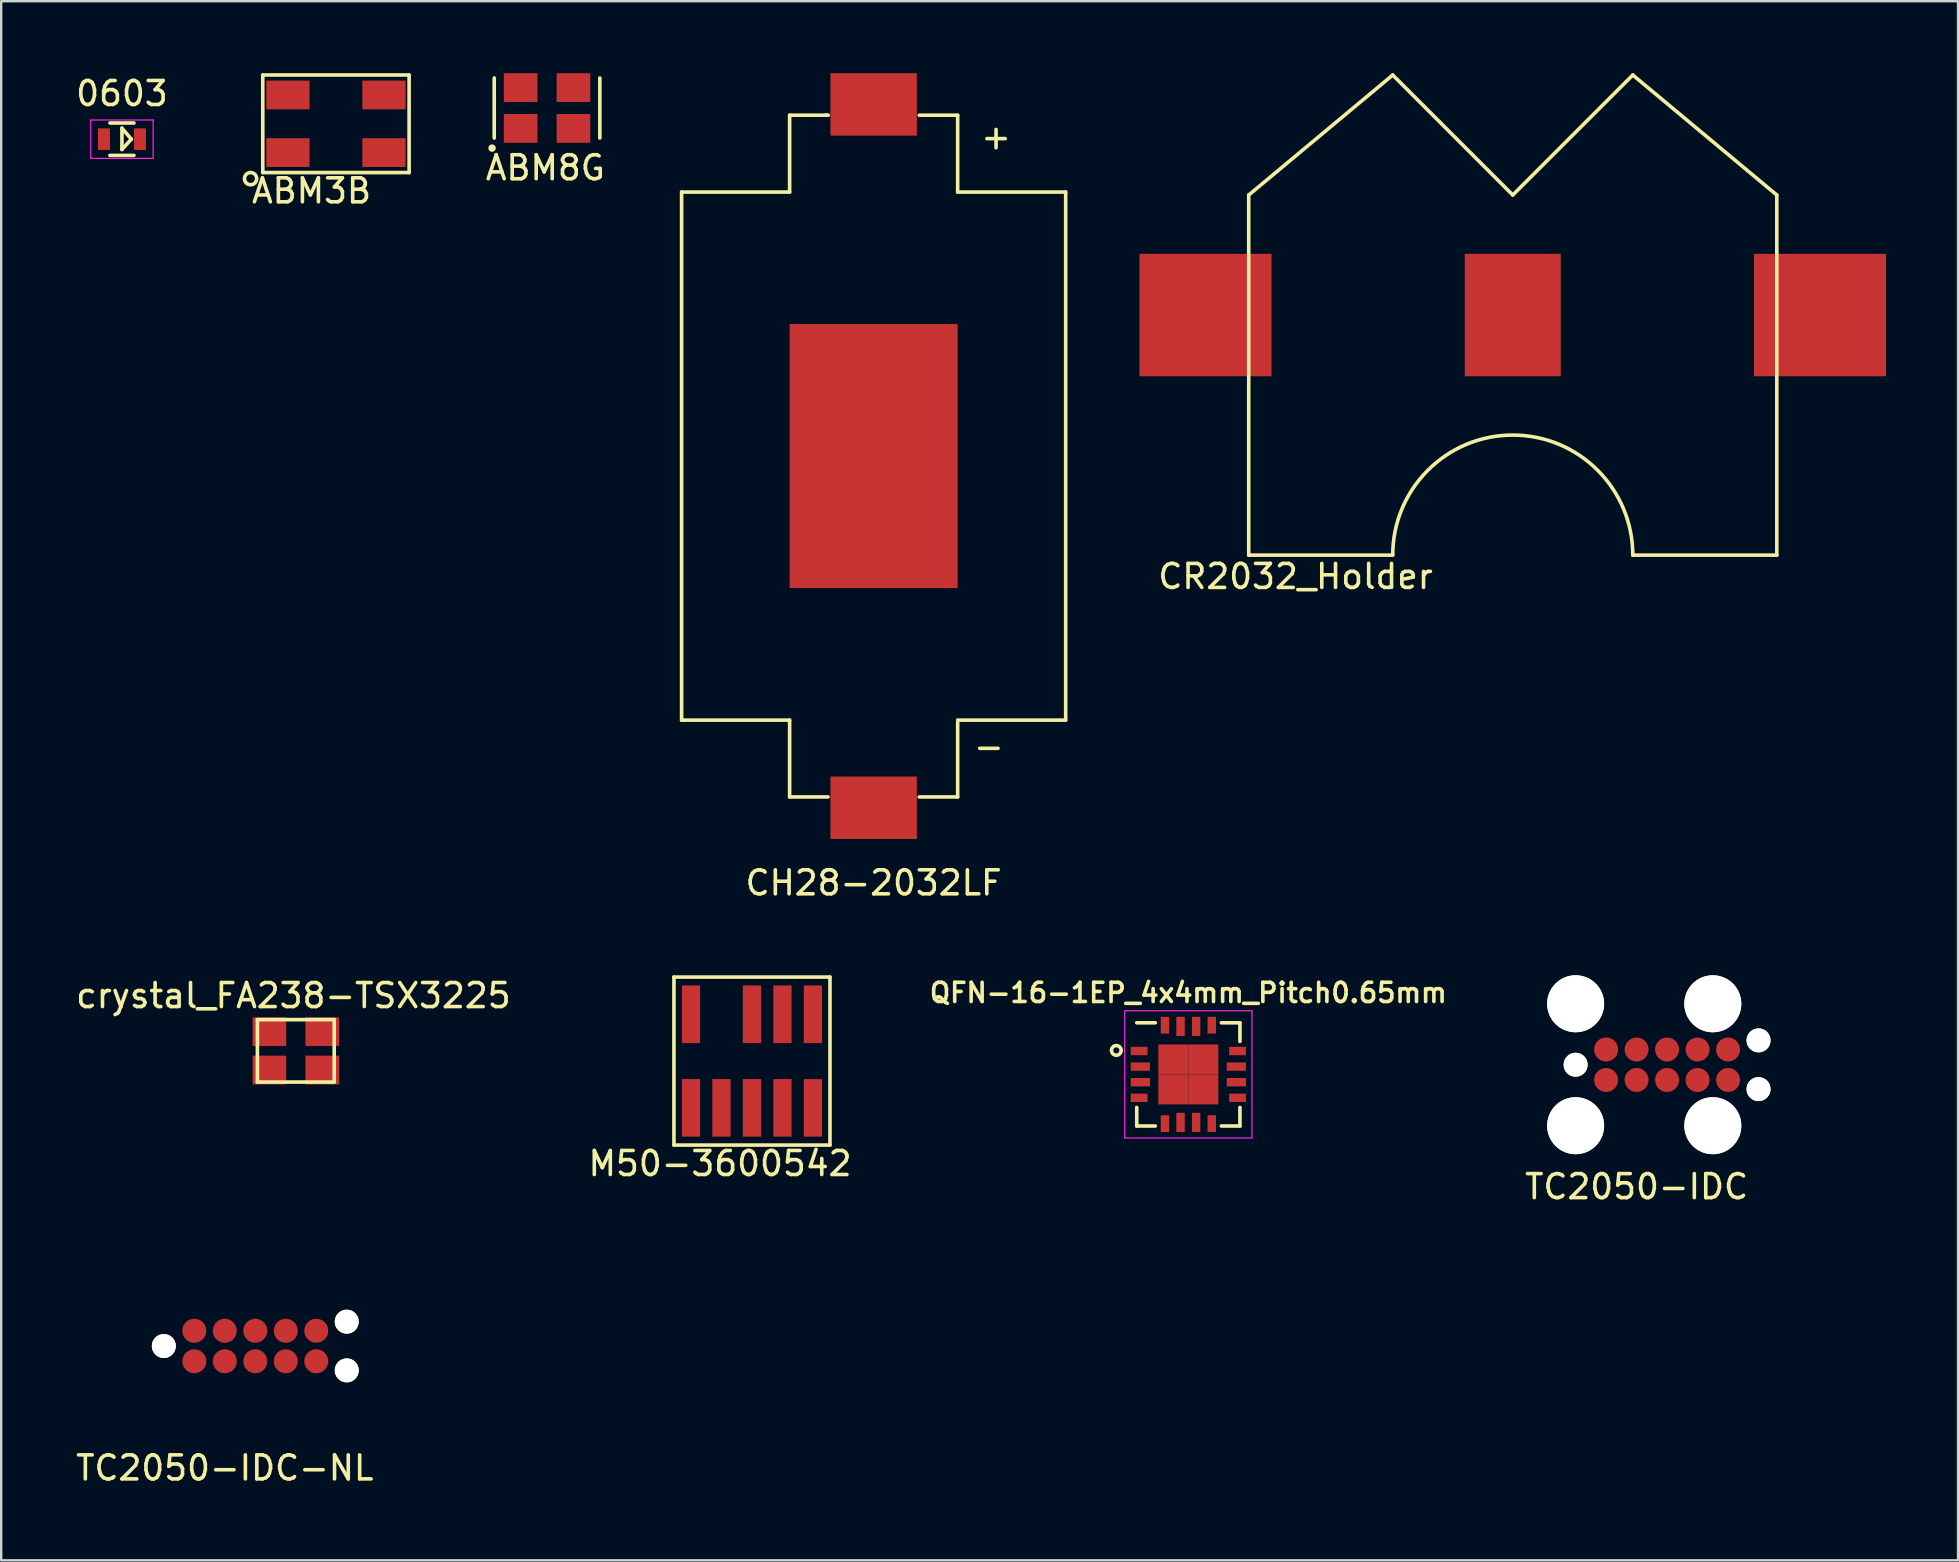
<source format=kicad_pcb>
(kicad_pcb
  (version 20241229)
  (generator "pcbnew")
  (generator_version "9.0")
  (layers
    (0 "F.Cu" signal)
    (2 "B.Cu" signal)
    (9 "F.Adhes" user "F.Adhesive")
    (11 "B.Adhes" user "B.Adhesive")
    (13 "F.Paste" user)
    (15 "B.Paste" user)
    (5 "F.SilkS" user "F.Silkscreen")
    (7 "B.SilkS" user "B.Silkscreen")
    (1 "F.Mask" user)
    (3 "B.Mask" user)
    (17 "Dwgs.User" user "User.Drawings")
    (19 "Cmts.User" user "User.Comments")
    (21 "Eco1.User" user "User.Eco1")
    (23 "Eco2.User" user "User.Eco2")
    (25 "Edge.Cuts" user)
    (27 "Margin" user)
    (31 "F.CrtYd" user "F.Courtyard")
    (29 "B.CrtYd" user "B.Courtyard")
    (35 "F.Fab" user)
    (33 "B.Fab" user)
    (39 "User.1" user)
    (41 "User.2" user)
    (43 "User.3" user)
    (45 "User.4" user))
  (footprint "TC2050-IDC"
    (layer "F.Cu")
    (at 62.589 38.766)
    (property "Reference" "TC2050-IDC" (at 2.54 7.62 0) (layer "F.SilkS") (effects (font (size 1 1) (thickness 0.15))))
    (attr through_hole)
    (pad "" np_thru_hole circle (at 0 0) (size 2.375 2.375) (drill 2.375) (layers "*.Cu" "*.Mask" "F.SilkS"))
    (pad "" np_thru_hole circle (at 0 2.54) (size 1 1) (drill 1) (layers "*.Cu" "*.Mask" "F.SilkS"))
    (pad "" np_thru_hole circle (at 0 5.08) (size 2.375 2.375) (drill 2.375) (layers "*.Cu" "*.Mask" "F.SilkS"))
    (pad "" np_thru_hole circle (at 5.715 0) (size 2.375 2.375) (drill 2.375) (layers "*.Cu" "*.Mask" "F.SilkS"))
    (pad "" np_thru_hole circle (at 5.715 5.08) (size 2.375 2.375) (drill 2.375) (layers "*.Cu" "*.Mask" "F.SilkS"))
    (pad "" np_thru_hole circle (at 7.62 1.525) (size 1 1) (drill 1) (layers "*.Cu" "*.Mask" "F.SilkS"))
    (pad "" np_thru_hole circle (at 7.62 3.555) (size 1 1) (drill 1) (layers "*.Cu" "*.Mask" "F.SilkS"))
    (pad "8" smd circle (at 1.27 1.905) (size 1 1) (layers "F.Cu" "F.Mask" "F.Paste"))
    (pad "9" smd circle (at 1.27 3.175) (size 1 1) (layers "F.Cu" "F.Mask" "F.Paste"))
    (pad "10" smd circle (at 2.54 3.175) (size 1 1) (layers "F.Cu" "F.Mask" "F.Paste"))
    (pad "11" smd circle (at 3.81 3.175) (size 1 1) (layers "F.Cu" "F.Mask" "F.Paste"))
    (pad "12" smd circle (at 5.08 3.175) (size 1 1) (layers "F.Cu" "F.Mask" "F.Paste"))
    (pad "13" smd circle (at 6.35 3.175) (size 1 1) (layers "F.Cu" "F.Mask" "F.Paste"))
    (pad "14" smd circle (at 6.35 1.905) (size 1 1) (layers "F.Cu" "F.Mask" "F.Paste"))
    (pad "15" smd circle (at 5.08 1.905) (size 1 1) (layers "F.Cu" "F.Mask" "F.Paste"))
    (pad "16" smd circle (at 3.81 1.905) (size 1 1) (layers "F.Cu" "F.Mask" "F.Paste"))
    (pad "17" smd circle (at 2.54 1.905) (size 1 1) (layers "F.Cu" "F.Mask" "F.Paste")))
  (footprint "QFN-16-1EP_4x4mm_Pitch0.65mm"
    (layer "F.Cu")
    (at 46.455 41.709)
    (property "Reference" "QFN-16-1EP_4x4mm_Pitch0.65mm" (at 0 -3.4 0) (layer "F.SilkS") (effects (font (size 0.8 0.8) (thickness 0.15))))
    (attr smd)
    (fp_line (start -2.15 -2.15) (end -1.375 -2.15) (stroke (width 0.15) (type solid)) (layer "F.SilkS"))
    (fp_line (start -2.15 2.15) (end -2.15 1.375) (stroke (width 0.15) (type solid)) (layer "F.SilkS"))
    (fp_line (start -2.15 2.15) (end -1.375 2.15) (stroke (width 0.15) (type solid)) (layer "F.SilkS"))
    (fp_line (start 2.15 -2.15) (end 1.375 -2.15) (stroke (width 0.15) (type solid)) (layer "F.SilkS"))
    (fp_line (start 2.15 -2.15) (end 2.15 -1.375) (stroke (width 0.15) (type solid)) (layer "F.SilkS"))
    (fp_line (start 2.15 2.15) (end 1.375 2.15) (stroke (width 0.15) (type solid)) (layer "F.SilkS"))
    (fp_line (start 2.15 2.15) (end 2.15 1.375) (stroke (width 0.15) (type solid)) (layer "F.SilkS"))
    (fp_circle (center -3 -1) (end -3.02 -1.2) (stroke (width 0.15) (type solid)) (fill no) (layer "F.SilkS"))
    (fp_line (start -2.65 -2.65) (end -2.65 2.65) (stroke (width 0.05) (type solid)) (layer "F.CrtYd"))
    (fp_line (start -2.65 -2.65) (end 2.65 -2.65) (stroke (width 0.05) (type solid)) (layer "F.CrtYd"))
    (fp_line (start -2.65 2.65) (end 2.65 2.65) (stroke (width 0.05) (type solid)) (layer "F.CrtYd"))
    (fp_line (start 2.65 -2.65) (end 2.65 2.65) (stroke (width 0.05) (type solid)) (layer "F.CrtYd"))
    (pad "1" smd rect (at -2.05 -0.975) (size 0.7 0.35) (layers "F.Cu" "F.Mask" "F.Paste"))
    (pad "2" smd rect (at -2 -0.325) (size 0.8 0.35) (layers "F.Cu" "F.Mask" "F.Paste"))
    (pad "3" smd rect (at -2 0.325) (size 0.8 0.35) (layers "F.Cu" "F.Mask" "F.Paste"))
    (pad "4" smd rect (at -2.05 0.975) (size 0.7 0.35) (layers "F.Cu" "F.Mask" "F.Paste"))
    (pad "5" smd rect (at -0.975 2.05 90) (size 0.7 0.35) (layers "F.Cu" "F.Mask" "F.Paste"))
    (pad "6" smd rect (at -0.325 2 90) (size 0.8 0.35) (layers "F.Cu" "F.Mask" "F.Paste"))
    (pad "7" smd rect (at 0.325 2 90) (size 0.8 0.35) (layers "F.Cu" "F.Mask" "F.Paste"))
    (pad "8" smd rect (at 0.975 2.05 90) (size 0.7 0.35) (layers "F.Cu" "F.Mask" "F.Paste"))
    (pad "9" smd rect (at 2.05 0.975) (size 0.7 0.35) (layers "F.Cu" "F.Mask" "F.Paste"))
    (pad "10" smd rect (at 2 0.325) (size 0.8 0.35) (layers "F.Cu" "F.Mask" "F.Paste"))
    (pad "11" smd rect (at 2 -0.325) (size 0.8 0.35) (layers "F.Cu" "F.Mask" "F.Paste"))
    (pad "12" smd rect (at 2.05 -0.975) (size 0.7 0.35) (layers "F.Cu" "F.Mask" "F.Paste"))
    (pad "13" smd rect (at 0.975 -2.05 90) (size 0.7 0.35) (layers "F.Cu" "F.Mask" "F.Paste"))
    (pad "14" smd rect (at 0.325 -2 90) (size 0.8 0.35) (layers "F.Cu" "F.Mask" "F.Paste"))
    (pad "15" smd rect (at -0.325 -2 90) (size 0.8 0.35) (layers "F.Cu" "F.Mask" "F.Paste"))
    (pad "16" smd rect (at -0.975 -2.05 90) (size 0.7 0.35) (layers "F.Cu" "F.Mask" "F.Paste"))
    (pad "17" smd rect (at -0.625 -0.625) (size 1.25 1.25) (layers "F.Cu" "F.Mask" "F.Paste"))
    (pad "17" smd rect (at -0.625 0.625) (size 1.25 1.25) (layers "F.Cu" "F.Mask" "F.Paste"))
    (pad "17" smd rect (at 0.625 -0.625) (size 1.25 1.25) (layers "F.Cu" "F.Mask" "F.Paste"))
    (pad "17" smd rect (at 0.625 0.625) (size 1.25 1.25) (layers "F.Cu" "F.Mask" "F.Paste")))
  (footprint "TC2050-IDC-NL"
    (layer "F.Cu")
    (at 3.775 50.484)
    (property "Reference" "TC2050-IDC-NL" (at 2.54 7.62 0) (layer "F.SilkS") (effects (font (size 1 1) (thickness 0.15))))
    (attr through_hole)
    (pad "" np_thru_hole circle (at 0 2.54) (size 1 1) (drill 1) (layers "*.Cu" "*.Mask" "F.SilkS"))
    (pad "" np_thru_hole circle (at 7.62 1.525) (size 1 1) (drill 1) (layers "*.Cu" "*.Mask" "F.SilkS"))
    (pad "" np_thru_hole circle (at 7.62 3.555) (size 1 1) (drill 1) (layers "*.Cu" "*.Mask" "F.SilkS"))
    (pad "1" smd circle (at 1.27 3.175) (size 1 1) (layers "F.Cu" "F.Mask" "F.Paste"))
    (pad "2" smd circle (at 2.54 3.175) (size 1 1) (layers "F.Cu" "F.Mask" "F.Paste"))
    (pad "3" smd circle (at 3.81 3.175) (size 1 1) (layers "F.Cu" "F.Mask" "F.Paste"))
    (pad "4" smd circle (at 5.08 3.175) (size 1 1) (layers "F.Cu" "F.Mask" "F.Paste"))
    (pad "5" smd circle (at 6.35 3.175) (size 1 1) (layers "F.Cu" "F.Mask" "F.Paste"))
    (pad "6" smd circle (at 6.35 1.905) (size 1 1) (layers "F.Cu" "F.Mask" "F.Paste"))
    (pad "7" smd circle (at 5.08 1.905) (size 1 1) (layers "F.Cu" "F.Mask" "F.Paste"))
    (pad "8" smd circle (at 3.81 1.905) (size 1 1) (layers "F.Cu" "F.Mask" "F.Paste"))
    (pad "9" smd circle (at 2.54 1.905) (size 1 1) (layers "F.Cu" "F.Mask" "F.Paste"))
    (pad "10" smd circle (at 1.27 1.905) (size 1 1) (layers "F.Cu" "F.Mask" "F.Paste")))
  (footprint "M50-3600542"
    (layer "F.Cu")
    (at 28.276 41.153)
    (property "Reference" "M50-3600542" (at -1.33 4.27 0) (layer "F.SilkS") (effects (font (size 1 1) (thickness 0.15))))
    (attr through_hole)
    (fp_line (start -3.25 -3.5) (end -3.25 3.5) (stroke (width 0.15) (type solid)) (layer "F.SilkS"))
    (fp_line (start -3.25 3.5) (end 3.25 3.5) (stroke (width 0.15) (type solid)) (layer "F.SilkS"))
    (fp_line (start 3.25 -3.5) (end -3.25 -3.5) (stroke (width 0.15) (type solid)) (layer "F.SilkS"))
    (fp_line (start 3.25 3.5) (end 3.25 -3.5) (stroke (width 0.15) (type solid)) (layer "F.SilkS"))
    (pad "1" smd rect (at 2.54 -1.95) (size 0.76 2.4) (layers "F.Cu" "F.Mask" "F.Paste"))
    (pad "2" smd rect (at 2.54 1.95) (size 0.76 2.4) (layers "F.Cu" "F.Mask" "F.Paste"))
    (pad "3" smd rect (at 1.27 -1.95) (size 0.76 2.4) (layers "F.Cu" "F.Mask" "F.Paste"))
    (pad "4" smd rect (at 1.27 1.95) (size 0.76 2.4) (layers "F.Cu" "F.Mask" "F.Paste"))
    (pad "5" smd rect (at 0 -1.95) (size 0.76 2.4) (layers "F.Cu" "F.Mask" "F.Paste"))
    (pad "6" smd rect (at 0 1.95) (size 0.76 2.4) (layers "F.Cu" "F.Mask" "F.Paste"))
    (pad "8" smd rect (at -1.27 1.95) (size 0.76 2.4) (layers "F.Cu" "F.Mask" "F.Paste"))
    (pad "9" smd rect (at -2.54 -1.95) (size 0.76 2.4) (layers "F.Cu" "F.Mask" "F.Paste"))
    (pad "10" smd rect (at -2.54 1.95) (size 0.76 2.4) (layers "F.Cu" "F.Mask" "F.Paste")))
  (footprint "ABM8G"
    (layer "F.Cu")
    (at 19.739 1.45)
    (property "Reference" "ABM8G" (at -0.07 2.49 0) (layer "F.SilkS") (effects (font (size 1 1) (thickness 0.15))))
    (attr through_hole)
    (fp_line (start -2.2 -1.25) (end -2.2 1.25) (stroke (width 0.15) (type solid)) (layer "F.SilkS"))
    (fp_line (start 2.2 -1.25) (end 2.2 1.25) (stroke (width 0.15) (type solid)) (layer "F.SilkS"))
    (fp_circle (center -2.29 1.67) (end -2.22 1.71) (stroke (width 0.15) (type solid)) (fill no) (layer "F.SilkS"))
    (pad "1" smd rect (at -1.1 0.85) (size 1.4 1.2) (layers "F.Cu" "F.Mask" "F.Paste"))
    (pad "2" smd rect (at 1.1 0.85) (size 1.4 1.2) (layers "F.Cu" "F.Mask" "F.Paste"))
    (pad "3" smd rect (at 1.1 -0.85) (size 1.4 1.2) (layers "F.Cu" "F.Mask" "F.Paste"))
    (pad "4" smd rect (at -1.1 -0.85) (size 1.4 1.2) (layers "F.Cu" "F.Mask" "F.Paste")))
  (footprint "CR2032_Holder"
    (layer "F.Cu")
    (at 59.97 10.075)
    (property "Reference" "CR2032_Holder" (at -9.05 10.89 0) (layer "F.SilkS") (effects (font (size 1 1) (thickness 0.15))))
    (attr through_hole)
    (fp_line (start -11 -5) (end -5 -10) (stroke (width 0.15) (type solid)) (layer "F.SilkS"))
    (fp_line (start -11 10) (end -11 -5) (stroke (width 0.15) (type solid)) (layer "F.SilkS"))
    (fp_line (start -5 10) (end -11 10) (stroke (width 0.15) (type solid)) (layer "F.SilkS"))
    (fp_line (start 0 -5) (end -5 -10) (stroke (width 0.15) (type solid)) (layer "F.SilkS"))
    (fp_line (start 0 -5) (end 5 -10) (stroke (width 0.15) (type solid)) (layer "F.SilkS"))
    (fp_line (start 5 -10) (end 11 -5) (stroke (width 0.15) (type solid)) (layer "F.SilkS"))
    (fp_line (start 11 -5) (end 11 10) (stroke (width 0.15) (type solid)) (layer "F.SilkS"))
    (fp_line (start 11 10) (end 5 10) (stroke (width 0.15) (type solid)) (layer "F.SilkS"))
    (fp_arc (start -5 10) (mid 0 5) (end 5 10) (stroke (width 0.15) (type solid)) (layer "F.SilkS"))
    (pad "1" smd rect (at -12.8 0) (size 5.5 5.1) (layers "F.Cu" "F.Mask" "F.Paste"))
    (pad "2" smd rect (at 0 0) (size 4 5.1) (layers "F.Cu" "F.Mask" "F.Paste"))
    (pad "3" smd rect (at 12.8 0) (size 5.5 5.1) (layers "F.Cu" "F.Mask" "F.Paste")))
  (footprint "CH28-2032LF"
    (layer "F.Cu")
    (at 33.345 15.95)
    (property "Reference" "CH28-2032LF" (at 0 17.78 0) (layer "F.SilkS") (effects (font (size 1 1) (thickness 0.15))))
    (attr through_hole)
    (fp_line (start -8 -11) (end -8 11) (stroke (width 0.15) (type solid)) (layer "F.SilkS"))
    (fp_line (start -3.5 -14.2) (end -3.5 -11) (stroke (width 0.15) (type solid)) (layer "F.SilkS"))
    (fp_line (start -3.5 -14.2) (end -2 -14.2) (stroke (width 0.15) (type solid)) (layer "F.SilkS"))
    (fp_line (start -3.5 -11) (end -8 -11) (stroke (width 0.15) (type solid)) (layer "F.SilkS"))
    (fp_line (start -3.5 11) (end -8 11) (stroke (width 0.15) (type solid)) (layer "F.SilkS"))
    (fp_line (start -3.5 14.2) (end -3.5 11) (stroke (width 0.15) (type solid)) (layer "F.SilkS"))
    (fp_line (start -2 -14.2) (end -1.9 -14.2) (stroke (width 0.15) (type solid)) (layer "F.SilkS"))
    (fp_line (start -2 -14.2) (end -1.9 -14.2) (stroke (width 0.15) (type solid)) (layer "F.SilkS"))
    (fp_line (start -1.9 14.2) (end -3.5 14.2) (stroke (width 0.15) (type solid)) (layer "F.SilkS"))
    (fp_line (start 1.9 14.2) (end 3.5 14.2) (stroke (width 0.15) (type solid)) (layer "F.SilkS"))
    (fp_line (start 3.5 -14.2) (end 1.9 -14.2) (stroke (width 0.15) (type solid)) (layer "F.SilkS"))
    (fp_line (start 3.5 -14.2) (end 3.5 -11) (stroke (width 0.15) (type solid)) (layer "F.SilkS"))
    (fp_line (start 3.5 14.2) (end 3.5 11.1) (stroke (width 0.15) (type solid)) (layer "F.SilkS"))
    (fp_line (start 8 -11) (end 3.5 -11) (stroke (width 0.15) (type solid)) (layer "F.SilkS"))
    (fp_line (start 8 11) (end 3.5 11) (stroke (width 0.15) (type solid)) (layer "F.SilkS"))
    (fp_line (start 8 11) (end 8 -11) (stroke (width 0.15) (type solid)) (layer "F.SilkS"))
    (fp_text user "-" (at 4.8 12.1 0) (layer "F.SilkS") (effects (font (size 1 1) (thickness 0.15))))
    (fp_text user "+" (at 5.1 -13.3 0) (layer "F.SilkS") (effects (font (size 1 1) (thickness 0.15))))
    (pad "0" smd rect (at 0 0) (size 7 11) (layers "F.Cu" "F.Mask" "F.Paste"))
    (pad "1" smd rect (at 0 -14.65) (size 3.6 2.6) (layers "F.Cu" "F.Mask" "F.Paste"))
    (pad "2" smd rect (at 0 14.65) (size 3.6 2.6) (layers "F.Cu" "F.Mask" "F.Paste")))
  (footprint "0603"
    (layer "F.Cu")
    (at 2.03 2.748)
    (property "Reference" "0603" (at 0 -1.9 0) (layer "F.SilkS") (effects (font (size 1 1) (thickness 0.15))))
    (attr smd)
    (fp_line (start -0.5 -0.675) (end 0.5 -0.675) (stroke (width 0.15) (type solid)) (layer "F.SilkS"))
    (fp_line (start 0 -0.46) (end 0 0.43) (stroke (width 0.15) (type solid)) (layer "F.SilkS"))
    (fp_line (start 0 0.43) (end 0.39 0) (stroke (width 0.15) (type solid)) (layer "F.SilkS"))
    (fp_line (start 0.39 0) (end 0 -0.46) (stroke (width 0.15) (type solid)) (layer "F.SilkS"))
    (fp_line (start 0.5 0.675) (end -0.5 0.675) (stroke (width 0.15) (type solid)) (layer "F.SilkS"))
    (fp_line (start -1.3 -0.8) (end -1.3 0.8) (stroke (width 0.05) (type solid)) (layer "F.CrtYd"))
    (fp_line (start -1.3 -0.8) (end 1.3 -0.8) (stroke (width 0.05) (type solid)) (layer "F.CrtYd"))
    (fp_line (start -1.3 0.8) (end 1.3 0.8) (stroke (width 0.05) (type solid)) (layer "F.CrtYd"))
    (fp_line (start 1.3 -0.8) (end 1.3 0.8) (stroke (width 0.05) (type solid)) (layer "F.CrtYd"))
    (pad "1" smd rect (at -0.75 0) (size 0.5 0.9) (layers "F.Cu" "F.Mask" "F.Paste"))
    (pad "2" smd rect (at 0.75 0) (size 0.5 0.9) (layers "F.Cu" "F.Mask" "F.Paste")))
  (footprint "ABM3B"
    (layer "F.Cu")
    (at 10.945 2.107)
    (property "Reference" "ABM3B" (at -1.016 2.794 0) (layer "F.SilkS") (effects (font (size 1 1) (thickness 0.15))))
    (attr through_hole)
    (fp_line (start -3.048 -2.032) (end -3.048 2.032) (stroke (width 0.15) (type solid)) (layer "F.SilkS"))
    (fp_line (start -3.048 2.032) (end 3.048 2.032) (stroke (width 0.15) (type solid)) (layer "F.SilkS"))
    (fp_line (start 3.048 -2.032) (end -3.048 -2.032) (stroke (width 0.15) (type solid)) (layer "F.SilkS"))
    (fp_line (start 3.048 2.032) (end 3.048 -2.032) (stroke (width 0.15) (type solid)) (layer "F.SilkS"))
    (fp_circle (center -3.556 2.286) (end -3.302 2.286) (stroke (width 0.15) (type solid)) (fill no) (layer "F.SilkS"))
    (pad "1" smd rect (at -2 1.2) (size 1.8 1.2) (layers "F.Cu" "F.Mask" "F.Paste"))
    (pad "2" smd rect (at 2 1.2) (size 1.8 1.2) (layers "F.Cu" "F.Mask" "F.Paste"))
    (pad "3" smd rect (at 2 -1.2) (size 1.8 1.2) (layers "F.Cu" "F.Mask" "F.Paste"))
    (pad "4" smd rect (at -2 -1.2) (size 1.8 1.2) (layers "F.Cu" "F.Mask" "F.Paste")))
  (footprint "crystal_FA238-TSX3225"
    (layer "F.Cu")
    (at 9.273 40.727)
    (property "Reference" "crystal_FA238-TSX3225" (at -0.1 -2.3 0) (layer "F.SilkS") (effects (font (size 1 1) (thickness 0.15))))
    (attr through_hole)
    (fp_line (start -1.6 -1.3) (end 1.6 -1.3) (stroke (width 0.15) (type solid)) (layer "F.SilkS"))
    (fp_line (start -1.6 1.3) (end -1.6 -1.3) (stroke (width 0.15) (type solid)) (layer "F.SilkS"))
    (fp_line (start 1.6 -1.3) (end 1.6 1.3) (stroke (width 0.15) (type solid)) (layer "F.SilkS"))
    (fp_line (start 1.6 1.3) (end -1.6 1.3) (stroke (width 0.15) (type solid)) (layer "F.SilkS"))
    (pad "1" smd rect (at -1.1 0.8) (size 1.4 1.2) (layers "F.Cu" "F.Mask" "F.Paste"))
    (pad "2" smd rect (at 1.1 0.8) (size 1.4 1.2) (layers "F.Cu" "F.Mask" "F.Paste"))
    (pad "3" smd rect (at 1.1 -0.8) (size 1.4 1.2) (layers "F.Cu" "F.Mask" "F.Paste"))
    (pad "4" smd rect (at -1.1 -0.8) (size 1.4 1.2) (layers "F.Cu" "F.Mask" "F.Paste")))
  (gr_rect
    (start -3 -3)
    (end 78.52 61.952)
    (stroke (width 0.1) (type default))
    (fill no)
    (layer "Edge.Cuts")))
</source>
